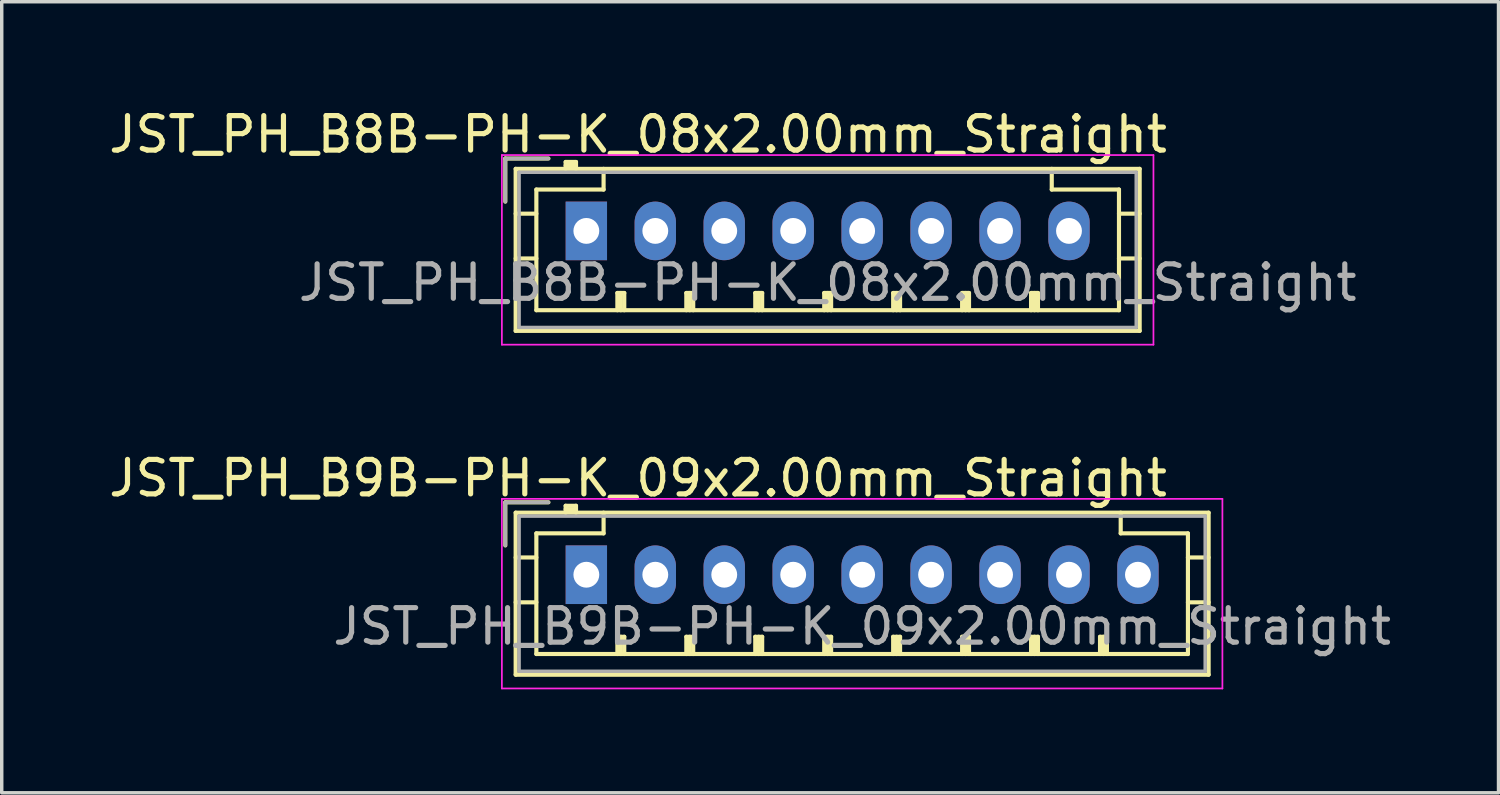
<source format=kicad_pcb>
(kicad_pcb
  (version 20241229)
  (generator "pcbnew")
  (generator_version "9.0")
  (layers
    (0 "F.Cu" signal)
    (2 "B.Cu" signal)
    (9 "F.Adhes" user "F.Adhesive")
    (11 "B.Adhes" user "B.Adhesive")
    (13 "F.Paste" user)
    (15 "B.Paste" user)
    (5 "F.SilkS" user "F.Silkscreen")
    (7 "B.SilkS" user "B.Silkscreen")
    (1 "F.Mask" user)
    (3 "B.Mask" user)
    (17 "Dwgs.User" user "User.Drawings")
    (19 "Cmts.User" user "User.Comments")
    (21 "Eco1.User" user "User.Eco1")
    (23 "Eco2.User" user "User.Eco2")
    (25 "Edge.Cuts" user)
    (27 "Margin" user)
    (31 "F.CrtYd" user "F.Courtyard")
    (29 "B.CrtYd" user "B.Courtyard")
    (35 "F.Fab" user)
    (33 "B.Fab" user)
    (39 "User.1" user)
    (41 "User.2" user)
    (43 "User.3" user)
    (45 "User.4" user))
  (footprint "JST_PH_B9B-PH-K_09x2.00mm_Straight"
    (layer "F.Cu")
    (at 13.958 13.621)
    (property "Reference" "JST_PH_B9B-PH-K_09x2.00mm_Straight" (at 1.5 -2.8 0) (layer "F.SilkS") (effects (font (size 1 1) (thickness 0.15))))
    (attr through_hole)
    (fp_line (start -2.35 -2.1) (end -2.35 -0.85) (stroke (width 0.12) (type solid)) (layer "F.SilkS"))
    (fp_line (start -2.05 -1.8) (end -2.05 2.9) (stroke (width 0.12) (type solid)) (layer "F.SilkS"))
    (fp_line (start -2.05 -0.5) (end -1.45 -0.5) (stroke (width 0.12) (type solid)) (layer "F.SilkS"))
    (fp_line (start -2.05 0.8) (end -1.45 0.8) (stroke (width 0.12) (type solid)) (layer "F.SilkS"))
    (fp_line (start -2.05 2.9) (end 18.05 2.9) (stroke (width 0.12) (type solid)) (layer "F.SilkS"))
    (fp_line (start -1.45 -1.2) (end -1.45 2.3) (stroke (width 0.12) (type solid)) (layer "F.SilkS"))
    (fp_line (start -1.45 2.3) (end 17.45 2.3) (stroke (width 0.12) (type solid)) (layer "F.SilkS"))
    (fp_line (start -1.1 -2.1) (end -2.35 -2.1) (stroke (width 0.12) (type solid)) (layer "F.SilkS"))
    (fp_line (start -0.6 -2) (end -0.6 -1.8) (stroke (width 0.12) (type solid)) (layer "F.SilkS"))
    (fp_line (start -0.3 -2) (end -0.6 -2) (stroke (width 0.12) (type solid)) (layer "F.SilkS"))
    (fp_line (start -0.3 -1.9) (end -0.6 -1.9) (stroke (width 0.12) (type solid)) (layer "F.SilkS"))
    (fp_line (start -0.3 -1.8) (end -0.3 -2) (stroke (width 0.12) (type solid)) (layer "F.SilkS"))
    (fp_line (start 0.5 -1.8) (end 0.5 -1.2) (stroke (width 0.12) (type solid)) (layer "F.SilkS"))
    (fp_line (start 0.5 -1.2) (end -1.45 -1.2) (stroke (width 0.12) (type solid)) (layer "F.SilkS"))
    (fp_line (start 0.9 1.8) (end 1.1 1.8) (stroke (width 0.12) (type solid)) (layer "F.SilkS"))
    (fp_line (start 0.9 2.3) (end 0.9 1.8) (stroke (width 0.12) (type solid)) (layer "F.SilkS"))
    (fp_line (start 1 2.3) (end 1 1.8) (stroke (width 0.12) (type solid)) (layer "F.SilkS"))
    (fp_line (start 1.1 1.8) (end 1.1 2.3) (stroke (width 0.12) (type solid)) (layer "F.SilkS"))
    (fp_line (start 2.9 1.8) (end 3.1 1.8) (stroke (width 0.12) (type solid)) (layer "F.SilkS"))
    (fp_line (start 2.9 2.3) (end 2.9 1.8) (stroke (width 0.12) (type solid)) (layer "F.SilkS"))
    (fp_line (start 3 2.3) (end 3 1.8) (stroke (width 0.12) (type solid)) (layer "F.SilkS"))
    (fp_line (start 3.1 1.8) (end 3.1 2.3) (stroke (width 0.12) (type solid)) (layer "F.SilkS"))
    (fp_line (start 4.9 1.8) (end 5.1 1.8) (stroke (width 0.12) (type solid)) (layer "F.SilkS"))
    (fp_line (start 4.9 2.3) (end 4.9 1.8) (stroke (width 0.12) (type solid)) (layer "F.SilkS"))
    (fp_line (start 5 2.3) (end 5 1.8) (stroke (width 0.12) (type solid)) (layer "F.SilkS"))
    (fp_line (start 5.1 1.8) (end 5.1 2.3) (stroke (width 0.12) (type solid)) (layer "F.SilkS"))
    (fp_line (start 6.9 1.8) (end 7.1 1.8) (stroke (width 0.12) (type solid)) (layer "F.SilkS"))
    (fp_line (start 6.9 2.3) (end 6.9 1.8) (stroke (width 0.12) (type solid)) (layer "F.SilkS"))
    (fp_line (start 7 2.3) (end 7 1.8) (stroke (width 0.12) (type solid)) (layer "F.SilkS"))
    (fp_line (start 7.1 1.8) (end 7.1 2.3) (stroke (width 0.12) (type solid)) (layer "F.SilkS"))
    (fp_line (start 8.9 1.8) (end 9.1 1.8) (stroke (width 0.12) (type solid)) (layer "F.SilkS"))
    (fp_line (start 8.9 2.3) (end 8.9 1.8) (stroke (width 0.12) (type solid)) (layer "F.SilkS"))
    (fp_line (start 9 2.3) (end 9 1.8) (stroke (width 0.12) (type solid)) (layer "F.SilkS"))
    (fp_line (start 9.1 1.8) (end 9.1 2.3) (stroke (width 0.12) (type solid)) (layer "F.SilkS"))
    (fp_line (start 10.9 1.8) (end 11.1 1.8) (stroke (width 0.12) (type solid)) (layer "F.SilkS"))
    (fp_line (start 10.9 2.3) (end 10.9 1.8) (stroke (width 0.12) (type solid)) (layer "F.SilkS"))
    (fp_line (start 11 2.3) (end 11 1.8) (stroke (width 0.12) (type solid)) (layer "F.SilkS"))
    (fp_line (start 11.1 1.8) (end 11.1 2.3) (stroke (width 0.12) (type solid)) (layer "F.SilkS"))
    (fp_line (start 12.9 1.8) (end 13.1 1.8) (stroke (width 0.12) (type solid)) (layer "F.SilkS"))
    (fp_line (start 12.9 2.3) (end 12.9 1.8) (stroke (width 0.12) (type solid)) (layer "F.SilkS"))
    (fp_line (start 13 2.3) (end 13 1.8) (stroke (width 0.12) (type solid)) (layer "F.SilkS"))
    (fp_line (start 13.1 1.8) (end 13.1 2.3) (stroke (width 0.12) (type solid)) (layer "F.SilkS"))
    (fp_line (start 14.9 1.8) (end 15.1 1.8) (stroke (width 0.12) (type solid)) (layer "F.SilkS"))
    (fp_line (start 14.9 2.3) (end 14.9 1.8) (stroke (width 0.12) (type solid)) (layer "F.SilkS"))
    (fp_line (start 15 2.3) (end 15 1.8) (stroke (width 0.12) (type solid)) (layer "F.SilkS"))
    (fp_line (start 15.1 1.8) (end 15.1 2.3) (stroke (width 0.12) (type solid)) (layer "F.SilkS"))
    (fp_line (start 15.5 -1.2) (end 15.5 -1.8) (stroke (width 0.12) (type solid)) (layer "F.SilkS"))
    (fp_line (start 17.45 -1.2) (end 15.5 -1.2) (stroke (width 0.12) (type solid)) (layer "F.SilkS"))
    (fp_line (start 17.45 2.3) (end 17.45 -1.2) (stroke (width 0.12) (type solid)) (layer "F.SilkS"))
    (fp_line (start 18.05 -1.8) (end -2.05 -1.8) (stroke (width 0.12) (type solid)) (layer "F.SilkS"))
    (fp_line (start 18.05 -0.5) (end 17.45 -0.5) (stroke (width 0.12) (type solid)) (layer "F.SilkS"))
    (fp_line (start 18.05 0.8) (end 17.45 0.8) (stroke (width 0.12) (type solid)) (layer "F.SilkS"))
    (fp_line (start 18.05 2.9) (end 18.05 -1.8) (stroke (width 0.12) (type solid)) (layer "F.SilkS"))
    (fp_line (start -2.45 -2.2) (end -2.45 3.3) (stroke (width 0.05) (type solid)) (layer "F.CrtYd"))
    (fp_line (start -2.45 3.3) (end 18.45 3.3) (stroke (width 0.05) (type solid)) (layer "F.CrtYd"))
    (fp_line (start 18.45 -2.2) (end -2.45 -2.2) (stroke (width 0.05) (type solid)) (layer "F.CrtYd"))
    (fp_line (start 18.45 3.3) (end 18.45 -2.2) (stroke (width 0.05) (type solid)) (layer "F.CrtYd"))
    (fp_line (start -2.35 -2.1) (end -2.35 -0.85) (stroke (width 0.1) (type solid)) (layer "F.Fab"))
    (fp_line (start -1.95 -1.7) (end -1.95 2.8) (stroke (width 0.1) (type solid)) (layer "F.Fab"))
    (fp_line (start -1.95 2.8) (end 17.95 2.8) (stroke (width 0.1) (type solid)) (layer "F.Fab"))
    (fp_line (start -1.1 -2.1) (end -2.35 -2.1) (stroke (width 0.1) (type solid)) (layer "F.Fab"))
    (fp_line (start 17.95 -1.7) (end -1.95 -1.7) (stroke (width 0.1) (type solid)) (layer "F.Fab"))
    (fp_line (start 17.95 2.8) (end 17.95 -1.7) (stroke (width 0.1) (type solid)) (layer "F.Fab"))
    (fp_text user "${REFERENCE}" (at 8 1.5 0) (layer "F.Fab") (effects (font (size 1 1) (thickness 0.15))))
    (pad "1" thru_hole rect (at 0 0) (size 1.2 1.7) (drill 0.75) (layers "*.Cu" "*.Mask"))
    (pad "2" thru_hole oval (at 2 0) (size 1.2 1.7) (drill 0.75) (layers "*.Cu" "*.Mask"))
    (pad "3" thru_hole oval (at 4 0) (size 1.2 1.7) (drill 0.75) (layers "*.Cu" "*.Mask"))
    (pad "4" thru_hole oval (at 6 0) (size 1.2 1.7) (drill 0.75) (layers "*.Cu" "*.Mask"))
    (pad "5" thru_hole oval (at 8 0) (size 1.2 1.7) (drill 0.75) (layers "*.Cu" "*.Mask"))
    (pad "6" thru_hole oval (at 10 0) (size 1.2 1.7) (drill 0.75) (layers "*.Cu" "*.Mask"))
    (pad "7" thru_hole oval (at 12 0) (size 1.2 1.7) (drill 0.75) (layers "*.Cu" "*.Mask"))
    (pad "8" thru_hole oval (at 14 0) (size 1.2 1.7) (drill 0.75) (layers "*.Cu" "*.Mask"))
    (pad "9" thru_hole oval (at 16 0) (size 1.2 1.7) (drill 0.75) (layers "*.Cu" "*.Mask")))
  (footprint "JST_PH_B8B-PH-K_08x2.00mm_Straight"
    (layer "F.Cu")
    (at 13.958 3.648)
    (property "Reference" "JST_PH_B8B-PH-K_08x2.00mm_Straight" (at 1.5 -2.8 0) (layer "F.SilkS") (effects (font (size 1 1) (thickness 0.15))))
    (attr through_hole)
    (fp_line (start -2.35 -2.1) (end -2.35 -0.85) (stroke (width 0.12) (type solid)) (layer "F.SilkS"))
    (fp_line (start -2.05 -1.8) (end -2.05 2.9) (stroke (width 0.12) (type solid)) (layer "F.SilkS"))
    (fp_line (start -2.05 -0.5) (end -1.45 -0.5) (stroke (width 0.12) (type solid)) (layer "F.SilkS"))
    (fp_line (start -2.05 0.8) (end -1.45 0.8) (stroke (width 0.12) (type solid)) (layer "F.SilkS"))
    (fp_line (start -2.05 2.9) (end 16.05 2.9) (stroke (width 0.12) (type solid)) (layer "F.SilkS"))
    (fp_line (start -1.45 -1.2) (end -1.45 2.3) (stroke (width 0.12) (type solid)) (layer "F.SilkS"))
    (fp_line (start -1.45 2.3) (end 15.45 2.3) (stroke (width 0.12) (type solid)) (layer "F.SilkS"))
    (fp_line (start -1.1 -2.1) (end -2.35 -2.1) (stroke (width 0.12) (type solid)) (layer "F.SilkS"))
    (fp_line (start -0.6 -2) (end -0.6 -1.8) (stroke (width 0.12) (type solid)) (layer "F.SilkS"))
    (fp_line (start -0.3 -2) (end -0.6 -2) (stroke (width 0.12) (type solid)) (layer "F.SilkS"))
    (fp_line (start -0.3 -1.9) (end -0.6 -1.9) (stroke (width 0.12) (type solid)) (layer "F.SilkS"))
    (fp_line (start -0.3 -1.8) (end -0.3 -2) (stroke (width 0.12) (type solid)) (layer "F.SilkS"))
    (fp_line (start 0.5 -1.8) (end 0.5 -1.2) (stroke (width 0.12) (type solid)) (layer "F.SilkS"))
    (fp_line (start 0.5 -1.2) (end -1.45 -1.2) (stroke (width 0.12) (type solid)) (layer "F.SilkS"))
    (fp_line (start 0.9 1.8) (end 1.1 1.8) (stroke (width 0.12) (type solid)) (layer "F.SilkS"))
    (fp_line (start 0.9 2.3) (end 0.9 1.8) (stroke (width 0.12) (type solid)) (layer "F.SilkS"))
    (fp_line (start 1 2.3) (end 1 1.8) (stroke (width 0.12) (type solid)) (layer "F.SilkS"))
    (fp_line (start 1.1 1.8) (end 1.1 2.3) (stroke (width 0.12) (type solid)) (layer "F.SilkS"))
    (fp_line (start 2.9 1.8) (end 3.1 1.8) (stroke (width 0.12) (type solid)) (layer "F.SilkS"))
    (fp_line (start 2.9 2.3) (end 2.9 1.8) (stroke (width 0.12) (type solid)) (layer "F.SilkS"))
    (fp_line (start 3 2.3) (end 3 1.8) (stroke (width 0.12) (type solid)) (layer "F.SilkS"))
    (fp_line (start 3.1 1.8) (end 3.1 2.3) (stroke (width 0.12) (type solid)) (layer "F.SilkS"))
    (fp_line (start 4.9 1.8) (end 5.1 1.8) (stroke (width 0.12) (type solid)) (layer "F.SilkS"))
    (fp_line (start 4.9 2.3) (end 4.9 1.8) (stroke (width 0.12) (type solid)) (layer "F.SilkS"))
    (fp_line (start 5 2.3) (end 5 1.8) (stroke (width 0.12) (type solid)) (layer "F.SilkS"))
    (fp_line (start 5.1 1.8) (end 5.1 2.3) (stroke (width 0.12) (type solid)) (layer "F.SilkS"))
    (fp_line (start 6.9 1.8) (end 7.1 1.8) (stroke (width 0.12) (type solid)) (layer "F.SilkS"))
    (fp_line (start 6.9 2.3) (end 6.9 1.8) (stroke (width 0.12) (type solid)) (layer "F.SilkS"))
    (fp_line (start 7 2.3) (end 7 1.8) (stroke (width 0.12) (type solid)) (layer "F.SilkS"))
    (fp_line (start 7.1 1.8) (end 7.1 2.3) (stroke (width 0.12) (type solid)) (layer "F.SilkS"))
    (fp_line (start 8.9 1.8) (end 9.1 1.8) (stroke (width 0.12) (type solid)) (layer "F.SilkS"))
    (fp_line (start 8.9 2.3) (end 8.9 1.8) (stroke (width 0.12) (type solid)) (layer "F.SilkS"))
    (fp_line (start 9 2.3) (end 9 1.8) (stroke (width 0.12) (type solid)) (layer "F.SilkS"))
    (fp_line (start 9.1 1.8) (end 9.1 2.3) (stroke (width 0.12) (type solid)) (layer "F.SilkS"))
    (fp_line (start 10.9 1.8) (end 11.1 1.8) (stroke (width 0.12) (type solid)) (layer "F.SilkS"))
    (fp_line (start 10.9 2.3) (end 10.9 1.8) (stroke (width 0.12) (type solid)) (layer "F.SilkS"))
    (fp_line (start 11 2.3) (end 11 1.8) (stroke (width 0.12) (type solid)) (layer "F.SilkS"))
    (fp_line (start 11.1 1.8) (end 11.1 2.3) (stroke (width 0.12) (type solid)) (layer "F.SilkS"))
    (fp_line (start 12.9 1.8) (end 13.1 1.8) (stroke (width 0.12) (type solid)) (layer "F.SilkS"))
    (fp_line (start 12.9 2.3) (end 12.9 1.8) (stroke (width 0.12) (type solid)) (layer "F.SilkS"))
    (fp_line (start 13 2.3) (end 13 1.8) (stroke (width 0.12) (type solid)) (layer "F.SilkS"))
    (fp_line (start 13.1 1.8) (end 13.1 2.3) (stroke (width 0.12) (type solid)) (layer "F.SilkS"))
    (fp_line (start 13.5 -1.2) (end 13.5 -1.8) (stroke (width 0.12) (type solid)) (layer "F.SilkS"))
    (fp_line (start 15.45 -1.2) (end 13.5 -1.2) (stroke (width 0.12) (type solid)) (layer "F.SilkS"))
    (fp_line (start 15.45 2.3) (end 15.45 -1.2) (stroke (width 0.12) (type solid)) (layer "F.SilkS"))
    (fp_line (start 16.05 -1.8) (end -2.05 -1.8) (stroke (width 0.12) (type solid)) (layer "F.SilkS"))
    (fp_line (start 16.05 -0.5) (end 15.45 -0.5) (stroke (width 0.12) (type solid)) (layer "F.SilkS"))
    (fp_line (start 16.05 0.8) (end 15.45 0.8) (stroke (width 0.12) (type solid)) (layer "F.SilkS"))
    (fp_line (start 16.05 2.9) (end 16.05 -1.8) (stroke (width 0.12) (type solid)) (layer "F.SilkS"))
    (fp_line (start -2.45 -2.2) (end -2.45 3.3) (stroke (width 0.05) (type solid)) (layer "F.CrtYd"))
    (fp_line (start -2.45 3.3) (end 16.45 3.3) (stroke (width 0.05) (type solid)) (layer "F.CrtYd"))
    (fp_line (start 16.45 -2.2) (end -2.45 -2.2) (stroke (width 0.05) (type solid)) (layer "F.CrtYd"))
    (fp_line (start 16.45 3.3) (end 16.45 -2.2) (stroke (width 0.05) (type solid)) (layer "F.CrtYd"))
    (fp_line (start -2.35 -2.1) (end -2.35 -0.85) (stroke (width 0.1) (type solid)) (layer "F.Fab"))
    (fp_line (start -1.95 -1.7) (end -1.95 2.8) (stroke (width 0.1) (type solid)) (layer "F.Fab"))
    (fp_line (start -1.95 2.8) (end 15.95 2.8) (stroke (width 0.1) (type solid)) (layer "F.Fab"))
    (fp_line (start -1.1 -2.1) (end -2.35 -2.1) (stroke (width 0.1) (type solid)) (layer "F.Fab"))
    (fp_line (start 15.95 -1.7) (end -1.95 -1.7) (stroke (width 0.1) (type solid)) (layer "F.Fab"))
    (fp_line (start 15.95 2.8) (end 15.95 -1.7) (stroke (width 0.1) (type solid)) (layer "F.Fab"))
    (fp_text user "${REFERENCE}" (at 7 1.5 0) (layer "F.Fab") (effects (font (size 1 1) (thickness 0.15))))
    (pad "1" thru_hole rect (at 0 0) (size 1.2 1.7) (drill 0.75) (layers "*.Cu" "*.Mask"))
    (pad "2" thru_hole oval (at 2 0) (size 1.2 1.7) (drill 0.75) (layers "*.Cu" "*.Mask"))
    (pad "3" thru_hole oval (at 4 0) (size 1.2 1.7) (drill 0.75) (layers "*.Cu" "*.Mask"))
    (pad "4" thru_hole oval (at 6 0) (size 1.2 1.7) (drill 0.75) (layers "*.Cu" "*.Mask"))
    (pad "5" thru_hole oval (at 8 0) (size 1.2 1.7) (drill 0.75) (layers "*.Cu" "*.Mask"))
    (pad "6" thru_hole oval (at 10 0) (size 1.2 1.7) (drill 0.75) (layers "*.Cu" "*.Mask"))
    (pad "7" thru_hole oval (at 12 0) (size 1.2 1.7) (drill 0.75) (layers "*.Cu" "*.Mask"))
    (pad "8" thru_hole oval (at 14 0) (size 1.2 1.7) (drill 0.75) (layers "*.Cu" "*.Mask")))
  (gr_rect
    (start -3 -3)
    (end 40.417 19.947)
    (stroke (width 0.1) (type default))
    (fill no)
    (layer "Edge.Cuts")))
</source>
